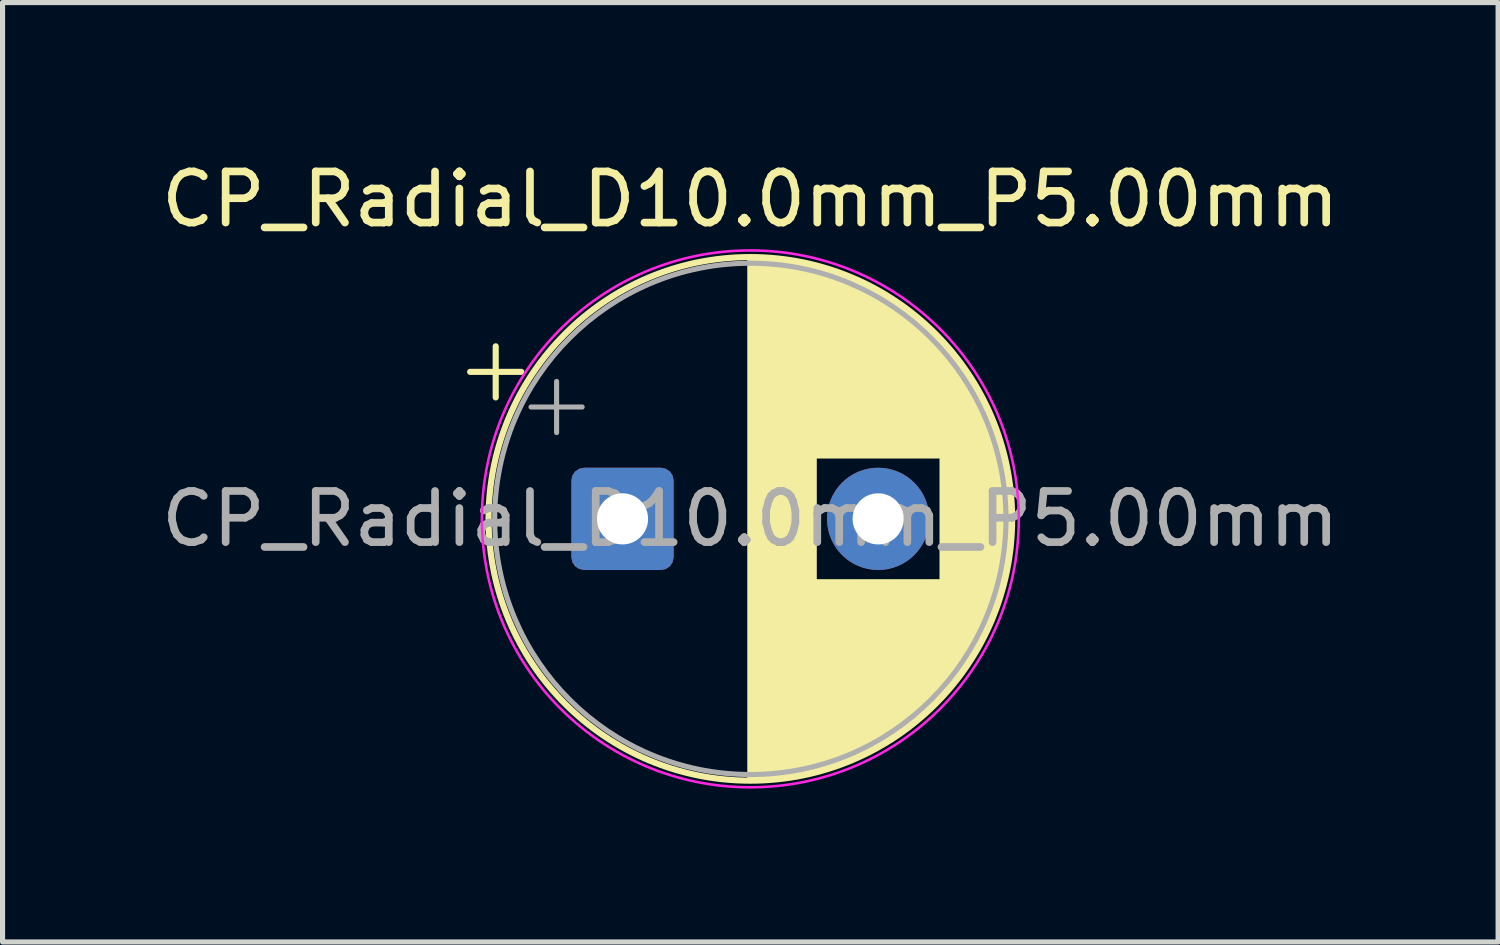
<source format=kicad_pcb>
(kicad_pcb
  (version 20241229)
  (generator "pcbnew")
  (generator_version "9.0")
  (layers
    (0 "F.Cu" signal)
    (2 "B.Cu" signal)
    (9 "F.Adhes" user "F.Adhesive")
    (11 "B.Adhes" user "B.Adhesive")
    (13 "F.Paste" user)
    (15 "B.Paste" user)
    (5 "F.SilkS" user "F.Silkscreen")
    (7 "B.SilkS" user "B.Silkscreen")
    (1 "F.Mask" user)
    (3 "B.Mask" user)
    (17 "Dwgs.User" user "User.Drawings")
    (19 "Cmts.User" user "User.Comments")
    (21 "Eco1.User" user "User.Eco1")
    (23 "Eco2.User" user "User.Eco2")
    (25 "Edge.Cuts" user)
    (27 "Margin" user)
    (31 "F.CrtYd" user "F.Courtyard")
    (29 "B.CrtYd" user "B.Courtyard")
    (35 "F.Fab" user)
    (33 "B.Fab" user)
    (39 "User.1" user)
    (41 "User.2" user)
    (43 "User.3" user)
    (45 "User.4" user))
  (footprint "CP_Radial_D10.0mm_P5.00mm"
    (layer "F.Cu")
    (at 9.125 7.098)
    (property "Reference" "CP_Radial_D10.0mm_P5.00mm" (at 2.5 -6.25 0) (layer "F.SilkS") (effects (font (size 1 1) (thickness 0.15))))
    (attr through_hole)
    (fp_line (start -2.98 -2.875) (end -1.98 -2.875) (stroke (width 0.12) (type solid)) (layer "F.SilkS"))
    (fp_line (start -2.48 -3.375) (end -2.48 -2.375) (stroke (width 0.12) (type solid)) (layer "F.SilkS"))
    (fp_line (start 2.5 -5.08) (end 2.5 5.08) (stroke (width 0.12) (type solid)) (layer "F.SilkS"))
    (fp_line (start 2.54 -5.08) (end 2.54 5.08) (stroke (width 0.12) (type solid)) (layer "F.SilkS"))
    (fp_line (start 2.58 -5.079) (end 2.58 5.079) (stroke (width 0.12) (type solid)) (layer "F.SilkS"))
    (fp_line (start 2.62 -5.079) (end 2.62 5.079) (stroke (width 0.12) (type solid)) (layer "F.SilkS"))
    (fp_line (start 2.66 -5.077) (end 2.66 5.077) (stroke (width 0.12) (type solid)) (layer "F.SilkS"))
    (fp_line (start 2.7 -5.076) (end 2.7 5.076) (stroke (width 0.12) (type solid)) (layer "F.SilkS"))
    (fp_line (start 2.74 -5.074) (end 2.74 5.074) (stroke (width 0.12) (type solid)) (layer "F.SilkS"))
    (fp_line (start 2.78 -5.072) (end 2.78 5.072) (stroke (width 0.12) (type solid)) (layer "F.SilkS"))
    (fp_line (start 2.82 -5.07) (end 2.82 5.07) (stroke (width 0.12) (type solid)) (layer "F.SilkS"))
    (fp_line (start 2.86 -5.067) (end 2.86 5.067) (stroke (width 0.12) (type solid)) (layer "F.SilkS"))
    (fp_line (start 2.9 -5.064) (end 2.9 5.064) (stroke (width 0.12) (type solid)) (layer "F.SilkS"))
    (fp_line (start 2.94 -5.061) (end 2.94 5.061) (stroke (width 0.12) (type solid)) (layer "F.SilkS"))
    (fp_line (start 2.98 -5.057) (end 2.98 5.057) (stroke (width 0.12) (type solid)) (layer "F.SilkS"))
    (fp_line (start 3.02 -5.054) (end 3.02 5.054) (stroke (width 0.12) (type solid)) (layer "F.SilkS"))
    (fp_line (start 3.06 -5.049) (end 3.06 5.049) (stroke (width 0.12) (type solid)) (layer "F.SilkS"))
    (fp_line (start 3.1 -5.045) (end 3.1 5.045) (stroke (width 0.12) (type solid)) (layer "F.SilkS"))
    (fp_line (start 3.14 -5.04) (end 3.14 5.04) (stroke (width 0.12) (type solid)) (layer "F.SilkS"))
    (fp_line (start 3.18 -5.035) (end 3.18 5.035) (stroke (width 0.12) (type solid)) (layer "F.SilkS"))
    (fp_line (start 3.22 -5.029) (end 3.22 5.029) (stroke (width 0.12) (type solid)) (layer "F.SilkS"))
    (fp_line (start 3.26 -5.023) (end 3.26 5.023) (stroke (width 0.12) (type solid)) (layer "F.SilkS"))
    (fp_line (start 3.3 -5.017) (end 3.3 5.017) (stroke (width 0.12) (type solid)) (layer "F.SilkS"))
    (fp_line (start 3.34 -5.011) (end 3.34 5.011) (stroke (width 0.12) (type solid)) (layer "F.SilkS"))
    (fp_line (start 3.38 -5.004) (end 3.38 5.004) (stroke (width 0.12) (type solid)) (layer "F.SilkS"))
    (fp_line (start 3.42 -4.997) (end 3.42 4.997) (stroke (width 0.12) (type solid)) (layer "F.SilkS"))
    (fp_line (start 3.46 -4.989) (end 3.46 4.989) (stroke (width 0.12) (type solid)) (layer "F.SilkS"))
    (fp_line (start 3.5 -4.981) (end 3.5 4.981) (stroke (width 0.12) (type solid)) (layer "F.SilkS"))
    (fp_line (start 3.54 -4.973) (end 3.54 4.973) (stroke (width 0.12) (type solid)) (layer "F.SilkS"))
    (fp_line (start 3.58 -4.965) (end 3.58 4.965) (stroke (width 0.12) (type solid)) (layer "F.SilkS"))
    (fp_line (start 3.62 -4.956) (end 3.62 4.956) (stroke (width 0.12) (type solid)) (layer "F.SilkS"))
    (fp_line (start 3.66 -4.947) (end 3.66 4.947) (stroke (width 0.12) (type solid)) (layer "F.SilkS"))
    (fp_line (start 3.7 -4.937) (end 3.7 4.937) (stroke (width 0.12) (type solid)) (layer "F.SilkS"))
    (fp_line (start 3.74 -4.928) (end 3.74 4.928) (stroke (width 0.12) (type solid)) (layer "F.SilkS"))
    (fp_line (start 3.78 -4.917) (end 3.78 -1.24) (stroke (width 0.12) (type solid)) (layer "F.SilkS"))
    (fp_line (start 3.78 1.24) (end 3.78 4.917) (stroke (width 0.12) (type solid)) (layer "F.SilkS"))
    (fp_line (start 3.82 -4.907) (end 3.82 -1.24) (stroke (width 0.12) (type solid)) (layer "F.SilkS"))
    (fp_line (start 3.82 1.24) (end 3.82 4.907) (stroke (width 0.12) (type solid)) (layer "F.SilkS"))
    (fp_line (start 3.86 -4.896) (end 3.86 -1.24) (stroke (width 0.12) (type solid)) (layer "F.SilkS"))
    (fp_line (start 3.86 1.24) (end 3.86 4.896) (stroke (width 0.12) (type solid)) (layer "F.SilkS"))
    (fp_line (start 3.9 -4.885) (end 3.9 -1.24) (stroke (width 0.12) (type solid)) (layer "F.SilkS"))
    (fp_line (start 3.9 1.24) (end 3.9 4.885) (stroke (width 0.12) (type solid)) (layer "F.SilkS"))
    (fp_line (start 3.94 -4.873) (end 3.94 -1.24) (stroke (width 0.12) (type solid)) (layer "F.SilkS"))
    (fp_line (start 3.94 1.24) (end 3.94 4.873) (stroke (width 0.12) (type solid)) (layer "F.SilkS"))
    (fp_line (start 3.98 -4.861) (end 3.98 -1.24) (stroke (width 0.12) (type solid)) (layer "F.SilkS"))
    (fp_line (start 3.98 1.24) (end 3.98 4.861) (stroke (width 0.12) (type solid)) (layer "F.SilkS"))
    (fp_line (start 4.02 -4.849) (end 4.02 -1.24) (stroke (width 0.12) (type solid)) (layer "F.SilkS"))
    (fp_line (start 4.02 1.24) (end 4.02 4.849) (stroke (width 0.12) (type solid)) (layer "F.SilkS"))
    (fp_line (start 4.06 -4.837) (end 4.06 -1.24) (stroke (width 0.12) (type solid)) (layer "F.SilkS"))
    (fp_line (start 4.06 1.24) (end 4.06 4.837) (stroke (width 0.12) (type solid)) (layer "F.SilkS"))
    (fp_line (start 4.1 -4.824) (end 4.1 -1.24) (stroke (width 0.12) (type solid)) (layer "F.SilkS"))
    (fp_line (start 4.1 1.24) (end 4.1 4.824) (stroke (width 0.12) (type solid)) (layer "F.SilkS"))
    (fp_line (start 4.14 -4.81) (end 4.14 -1.24) (stroke (width 0.12) (type solid)) (layer "F.SilkS"))
    (fp_line (start 4.14 1.24) (end 4.14 4.81) (stroke (width 0.12) (type solid)) (layer "F.SilkS"))
    (fp_line (start 4.18 -4.797) (end 4.18 -1.24) (stroke (width 0.12) (type solid)) (layer "F.SilkS"))
    (fp_line (start 4.18 1.24) (end 4.18 4.797) (stroke (width 0.12) (type solid)) (layer "F.SilkS"))
    (fp_line (start 4.22 -4.782) (end 4.22 -1.24) (stroke (width 0.12) (type solid)) (layer "F.SilkS"))
    (fp_line (start 4.22 1.24) (end 4.22 4.782) (stroke (width 0.12) (type solid)) (layer "F.SilkS"))
    (fp_line (start 4.26 -4.768) (end 4.26 -1.24) (stroke (width 0.12) (type solid)) (layer "F.SilkS"))
    (fp_line (start 4.26 1.24) (end 4.26 4.768) (stroke (width 0.12) (type solid)) (layer "F.SilkS"))
    (fp_line (start 4.3 -4.753) (end 4.3 -1.24) (stroke (width 0.12) (type solid)) (layer "F.SilkS"))
    (fp_line (start 4.3 1.24) (end 4.3 4.753) (stroke (width 0.12) (type solid)) (layer "F.SilkS"))
    (fp_line (start 4.34 -4.738) (end 4.34 -1.24) (stroke (width 0.12) (type solid)) (layer "F.SilkS"))
    (fp_line (start 4.34 1.24) (end 4.34 4.738) (stroke (width 0.12) (type solid)) (layer "F.SilkS"))
    (fp_line (start 4.38 -4.722) (end 4.38 -1.24) (stroke (width 0.12) (type solid)) (layer "F.SilkS"))
    (fp_line (start 4.38 1.24) (end 4.38 4.722) (stroke (width 0.12) (type solid)) (layer "F.SilkS"))
    (fp_line (start 4.42 -4.706) (end 4.42 -1.24) (stroke (width 0.12) (type solid)) (layer "F.SilkS"))
    (fp_line (start 4.42 1.24) (end 4.42 4.706) (stroke (width 0.12) (type solid)) (layer "F.SilkS"))
    (fp_line (start 4.46 -4.69) (end 4.46 -1.24) (stroke (width 0.12) (type solid)) (layer "F.SilkS"))
    (fp_line (start 4.46 1.24) (end 4.46 4.69) (stroke (width 0.12) (type solid)) (layer "F.SilkS"))
    (fp_line (start 4.5 -4.673) (end 4.5 -1.24) (stroke (width 0.12) (type solid)) (layer "F.SilkS"))
    (fp_line (start 4.5 1.24) (end 4.5 4.673) (stroke (width 0.12) (type solid)) (layer "F.SilkS"))
    (fp_line (start 4.54 -4.656) (end 4.54 -1.24) (stroke (width 0.12) (type solid)) (layer "F.SilkS"))
    (fp_line (start 4.54 1.24) (end 4.54 4.656) (stroke (width 0.12) (type solid)) (layer "F.SilkS"))
    (fp_line (start 4.58 -4.638) (end 4.58 -1.24) (stroke (width 0.12) (type solid)) (layer "F.SilkS"))
    (fp_line (start 4.58 1.24) (end 4.58 4.638) (stroke (width 0.12) (type solid)) (layer "F.SilkS"))
    (fp_line (start 4.62 -4.62) (end 4.62 -1.24) (stroke (width 0.12) (type solid)) (layer "F.SilkS"))
    (fp_line (start 4.62 1.24) (end 4.62 4.62) (stroke (width 0.12) (type solid)) (layer "F.SilkS"))
    (fp_line (start 4.66 -4.602) (end 4.66 -1.24) (stroke (width 0.12) (type solid)) (layer "F.SilkS"))
    (fp_line (start 4.66 1.24) (end 4.66 4.602) (stroke (width 0.12) (type solid)) (layer "F.SilkS"))
    (fp_line (start 4.7 -4.583) (end 4.7 -1.24) (stroke (width 0.12) (type solid)) (layer "F.SilkS"))
    (fp_line (start 4.7 1.24) (end 4.7 4.583) (stroke (width 0.12) (type solid)) (layer "F.SilkS"))
    (fp_line (start 4.74 -4.564) (end 4.74 -1.24) (stroke (width 0.12) (type solid)) (layer "F.SilkS"))
    (fp_line (start 4.74 1.24) (end 4.74 4.564) (stroke (width 0.12) (type solid)) (layer "F.SilkS"))
    (fp_line (start 4.78 -4.544) (end 4.78 -1.24) (stroke (width 0.12) (type solid)) (layer "F.SilkS"))
    (fp_line (start 4.78 1.24) (end 4.78 4.544) (stroke (width 0.12) (type solid)) (layer "F.SilkS"))
    (fp_line (start 4.82 -4.524) (end 4.82 -1.24) (stroke (width 0.12) (type solid)) (layer "F.SilkS"))
    (fp_line (start 4.82 1.24) (end 4.82 4.524) (stroke (width 0.12) (type solid)) (layer "F.SilkS"))
    (fp_line (start 4.86 -4.504) (end 4.86 -1.24) (stroke (width 0.12) (type solid)) (layer "F.SilkS"))
    (fp_line (start 4.86 1.24) (end 4.86 4.504) (stroke (width 0.12) (type solid)) (layer "F.SilkS"))
    (fp_line (start 4.9 -4.483) (end 4.9 -1.24) (stroke (width 0.12) (type solid)) (layer "F.SilkS"))
    (fp_line (start 4.9 1.24) (end 4.9 4.483) (stroke (width 0.12) (type solid)) (layer "F.SilkS"))
    (fp_line (start 4.94 -4.461) (end 4.94 -1.24) (stroke (width 0.12) (type solid)) (layer "F.SilkS"))
    (fp_line (start 4.94 1.24) (end 4.94 4.461) (stroke (width 0.12) (type solid)) (layer "F.SilkS"))
    (fp_line (start 4.98 -4.439) (end 4.98 -1.24) (stroke (width 0.12) (type solid)) (layer "F.SilkS"))
    (fp_line (start 4.98 1.24) (end 4.98 4.439) (stroke (width 0.12) (type solid)) (layer "F.SilkS"))
    (fp_line (start 5.02 -4.417) (end 5.02 -1.24) (stroke (width 0.12) (type solid)) (layer "F.SilkS"))
    (fp_line (start 5.02 1.24) (end 5.02 4.417) (stroke (width 0.12) (type solid)) (layer "F.SilkS"))
    (fp_line (start 5.06 -4.394) (end 5.06 -1.24) (stroke (width 0.12) (type solid)) (layer "F.SilkS"))
    (fp_line (start 5.06 1.24) (end 5.06 4.394) (stroke (width 0.12) (type solid)) (layer "F.SilkS"))
    (fp_line (start 5.1 -4.371) (end 5.1 -1.24) (stroke (width 0.12) (type solid)) (layer "F.SilkS"))
    (fp_line (start 5.1 1.24) (end 5.1 4.371) (stroke (width 0.12) (type solid)) (layer "F.SilkS"))
    (fp_line (start 5.14 -4.347) (end 5.14 -1.24) (stroke (width 0.12) (type solid)) (layer "F.SilkS"))
    (fp_line (start 5.14 1.24) (end 5.14 4.347) (stroke (width 0.12) (type solid)) (layer "F.SilkS"))
    (fp_line (start 5.18 -4.323) (end 5.18 -1.24) (stroke (width 0.12) (type solid)) (layer "F.SilkS"))
    (fp_line (start 5.18 1.24) (end 5.18 4.323) (stroke (width 0.12) (type solid)) (layer "F.SilkS"))
    (fp_line (start 5.22 -4.298) (end 5.22 -1.24) (stroke (width 0.12) (type solid)) (layer "F.SilkS"))
    (fp_line (start 5.22 1.24) (end 5.22 4.298) (stroke (width 0.12) (type solid)) (layer "F.SilkS"))
    (fp_line (start 5.26 -4.272) (end 5.26 -1.24) (stroke (width 0.12) (type solid)) (layer "F.SilkS"))
    (fp_line (start 5.26 1.24) (end 5.26 4.272) (stroke (width 0.12) (type solid)) (layer "F.SilkS"))
    (fp_line (start 5.3 -4.247) (end 5.3 -1.24) (stroke (width 0.12) (type solid)) (layer "F.SilkS"))
    (fp_line (start 5.3 1.24) (end 5.3 4.247) (stroke (width 0.12) (type solid)) (layer "F.SilkS"))
    (fp_line (start 5.34 -4.22) (end 5.34 -1.24) (stroke (width 0.12) (type solid)) (layer "F.SilkS"))
    (fp_line (start 5.34 1.24) (end 5.34 4.22) (stroke (width 0.12) (type solid)) (layer "F.SilkS"))
    (fp_line (start 5.38 -4.193) (end 5.38 -1.24) (stroke (width 0.12) (type solid)) (layer "F.SilkS"))
    (fp_line (start 5.38 1.24) (end 5.38 4.193) (stroke (width 0.12) (type solid)) (layer "F.SilkS"))
    (fp_line (start 5.42 -4.166) (end 5.42 -1.24) (stroke (width 0.12) (type solid)) (layer "F.SilkS"))
    (fp_line (start 5.42 1.24) (end 5.42 4.166) (stroke (width 0.12) (type solid)) (layer "F.SilkS"))
    (fp_line (start 5.46 -4.138) (end 5.46 -1.24) (stroke (width 0.12) (type solid)) (layer "F.SilkS"))
    (fp_line (start 5.46 1.24) (end 5.46 4.138) (stroke (width 0.12) (type solid)) (layer "F.SilkS"))
    (fp_line (start 5.5 -4.109) (end 5.5 -1.24) (stroke (width 0.12) (type solid)) (layer "F.SilkS"))
    (fp_line (start 5.5 1.24) (end 5.5 4.109) (stroke (width 0.12) (type solid)) (layer "F.SilkS"))
    (fp_line (start 5.54 -4.08) (end 5.54 -1.24) (stroke (width 0.12) (type solid)) (layer "F.SilkS"))
    (fp_line (start 5.54 1.24) (end 5.54 4.08) (stroke (width 0.12) (type solid)) (layer "F.SilkS"))
    (fp_line (start 5.58 -4.05) (end 5.58 -1.24) (stroke (width 0.12) (type solid)) (layer "F.SilkS"))
    (fp_line (start 5.58 1.24) (end 5.58 4.05) (stroke (width 0.12) (type solid)) (layer "F.SilkS"))
    (fp_line (start 5.62 -4.02) (end 5.62 -1.24) (stroke (width 0.12) (type solid)) (layer "F.SilkS"))
    (fp_line (start 5.62 1.24) (end 5.62 4.02) (stroke (width 0.12) (type solid)) (layer "F.SilkS"))
    (fp_line (start 5.66 -3.988) (end 5.66 -1.24) (stroke (width 0.12) (type solid)) (layer "F.SilkS"))
    (fp_line (start 5.66 1.24) (end 5.66 3.988) (stroke (width 0.12) (type solid)) (layer "F.SilkS"))
    (fp_line (start 5.7 -3.957) (end 5.7 -1.24) (stroke (width 0.12) (type solid)) (layer "F.SilkS"))
    (fp_line (start 5.7 1.24) (end 5.7 3.957) (stroke (width 0.12) (type solid)) (layer "F.SilkS"))
    (fp_line (start 5.74 -3.924) (end 5.74 -1.24) (stroke (width 0.12) (type solid)) (layer "F.SilkS"))
    (fp_line (start 5.74 1.24) (end 5.74 3.924) (stroke (width 0.12) (type solid)) (layer "F.SilkS"))
    (fp_line (start 5.78 -3.891) (end 5.78 -1.24) (stroke (width 0.12) (type solid)) (layer "F.SilkS"))
    (fp_line (start 5.78 1.24) (end 5.78 3.891) (stroke (width 0.12) (type solid)) (layer "F.SilkS"))
    (fp_line (start 5.82 -3.858) (end 5.82 -1.24) (stroke (width 0.12) (type solid)) (layer "F.SilkS"))
    (fp_line (start 5.82 1.24) (end 5.82 3.858) (stroke (width 0.12) (type solid)) (layer "F.SilkS"))
    (fp_line (start 5.86 -3.823) (end 5.86 -1.24) (stroke (width 0.12) (type solid)) (layer "F.SilkS"))
    (fp_line (start 5.86 1.24) (end 5.86 3.823) (stroke (width 0.12) (type solid)) (layer "F.SilkS"))
    (fp_line (start 5.9 -3.788) (end 5.9 -1.24) (stroke (width 0.12) (type solid)) (layer "F.SilkS"))
    (fp_line (start 5.9 1.24) (end 5.9 3.788) (stroke (width 0.12) (type solid)) (layer "F.SilkS"))
    (fp_line (start 5.94 -3.752) (end 5.94 -1.24) (stroke (width 0.12) (type solid)) (layer "F.SilkS"))
    (fp_line (start 5.94 1.24) (end 5.94 3.752) (stroke (width 0.12) (type solid)) (layer "F.SilkS"))
    (fp_line (start 5.98 -3.716) (end 5.98 -1.24) (stroke (width 0.12) (type solid)) (layer "F.SilkS"))
    (fp_line (start 5.98 1.24) (end 5.98 3.716) (stroke (width 0.12) (type solid)) (layer "F.SilkS"))
    (fp_line (start 6.02 -3.678) (end 6.02 -1.24) (stroke (width 0.12) (type solid)) (layer "F.SilkS"))
    (fp_line (start 6.02 1.24) (end 6.02 3.678) (stroke (width 0.12) (type solid)) (layer "F.SilkS"))
    (fp_line (start 6.06 -3.64) (end 6.06 -1.24) (stroke (width 0.12) (type solid)) (layer "F.SilkS"))
    (fp_line (start 6.06 1.24) (end 6.06 3.64) (stroke (width 0.12) (type solid)) (layer "F.SilkS"))
    (fp_line (start 6.1 -3.601) (end 6.1 -1.24) (stroke (width 0.12) (type solid)) (layer "F.SilkS"))
    (fp_line (start 6.1 1.24) (end 6.1 3.601) (stroke (width 0.12) (type solid)) (layer "F.SilkS"))
    (fp_line (start 6.14 -3.561) (end 6.14 -1.24) (stroke (width 0.12) (type solid)) (layer "F.SilkS"))
    (fp_line (start 6.14 1.24) (end 6.14 3.561) (stroke (width 0.12) (type solid)) (layer "F.SilkS"))
    (fp_line (start 6.18 -3.52) (end 6.18 -1.24) (stroke (width 0.12) (type solid)) (layer "F.SilkS"))
    (fp_line (start 6.18 1.24) (end 6.18 3.52) (stroke (width 0.12) (type solid)) (layer "F.SilkS"))
    (fp_line (start 6.22 -3.478) (end 6.22 -1.24) (stroke (width 0.12) (type solid)) (layer "F.SilkS"))
    (fp_line (start 6.22 1.24) (end 6.22 3.478) (stroke (width 0.12) (type solid)) (layer "F.SilkS"))
    (fp_line (start 6.26 -3.435) (end 6.26 3.435) (stroke (width 0.12) (type solid)) (layer "F.SilkS"))
    (fp_line (start 6.3 -3.391) (end 6.3 3.391) (stroke (width 0.12) (type solid)) (layer "F.SilkS"))
    (fp_line (start 6.34 -3.347) (end 6.34 3.347) (stroke (width 0.12) (type solid)) (layer "F.SilkS"))
    (fp_line (start 6.38 -3.301) (end 6.38 3.301) (stroke (width 0.12) (type solid)) (layer "F.SilkS"))
    (fp_line (start 6.42 -3.254) (end 6.42 3.254) (stroke (width 0.12) (type solid)) (layer "F.SilkS"))
    (fp_line (start 6.46 -3.205) (end 6.46 3.205) (stroke (width 0.12) (type solid)) (layer "F.SilkS"))
    (fp_line (start 6.5 -3.156) (end 6.5 3.156) (stroke (width 0.12) (type solid)) (layer "F.SilkS"))
    (fp_line (start 6.54 -3.105) (end 6.54 3.105) (stroke (width 0.12) (type solid)) (layer "F.SilkS"))
    (fp_line (start 6.58 -3.053) (end 6.58 3.053) (stroke (width 0.12) (type solid)) (layer "F.SilkS"))
    (fp_line (start 6.62 -3) (end 6.62 3) (stroke (width 0.12) (type solid)) (layer "F.SilkS"))
    (fp_line (start 6.66 -2.945) (end 6.66 2.945) (stroke (width 0.12) (type solid)) (layer "F.SilkS"))
    (fp_line (start 6.7 -2.888) (end 6.7 2.888) (stroke (width 0.12) (type solid)) (layer "F.SilkS"))
    (fp_line (start 6.74 -2.83) (end 6.74 2.83) (stroke (width 0.12) (type solid)) (layer "F.SilkS"))
    (fp_line (start 6.78 -2.77) (end 6.78 2.77) (stroke (width 0.12) (type solid)) (layer "F.SilkS"))
    (fp_line (start 6.82 -2.708) (end 6.82 2.708) (stroke (width 0.12) (type solid)) (layer "F.SilkS"))
    (fp_line (start 6.86 -2.644) (end 6.86 2.644) (stroke (width 0.12) (type solid)) (layer "F.SilkS"))
    (fp_line (start 6.9 -2.578) (end 6.9 2.578) (stroke (width 0.12) (type solid)) (layer "F.SilkS"))
    (fp_line (start 6.94 -2.51) (end 6.94 2.51) (stroke (width 0.12) (type solid)) (layer "F.SilkS"))
    (fp_line (start 6.98 -2.439) (end 6.98 2.439) (stroke (width 0.12) (type solid)) (layer "F.SilkS"))
    (fp_line (start 7.02 -2.365) (end 7.02 2.365) (stroke (width 0.12) (type solid)) (layer "F.SilkS"))
    (fp_line (start 7.06 -2.288) (end 7.06 2.288) (stroke (width 0.12) (type solid)) (layer "F.SilkS"))
    (fp_line (start 7.1 -2.208) (end 7.1 2.208) (stroke (width 0.12) (type solid)) (layer "F.SilkS"))
    (fp_line (start 7.14 -2.124) (end 7.14 2.124) (stroke (width 0.12) (type solid)) (layer "F.SilkS"))
    (fp_line (start 7.18 -2.037) (end 7.18 2.037) (stroke (width 0.12) (type solid)) (layer "F.SilkS"))
    (fp_line (start 7.22 -1.944) (end 7.22 1.944) (stroke (width 0.12) (type solid)) (layer "F.SilkS"))
    (fp_line (start 7.26 -1.846) (end 7.26 1.846) (stroke (width 0.12) (type solid)) (layer "F.SilkS"))
    (fp_line (start 7.3 -1.742) (end 7.3 1.742) (stroke (width 0.12) (type solid)) (layer "F.SilkS"))
    (fp_line (start 7.34 -1.63) (end 7.34 1.63) (stroke (width 0.12) (type solid)) (layer "F.SilkS"))
    (fp_line (start 7.38 -1.509) (end 7.38 1.509) (stroke (width 0.12) (type solid)) (layer "F.SilkS"))
    (fp_line (start 7.42 -1.377) (end 7.42 1.377) (stroke (width 0.12) (type solid)) (layer "F.SilkS"))
    (fp_line (start 7.46 -1.23) (end 7.46 1.23) (stroke (width 0.12) (type solid)) (layer "F.SilkS"))
    (fp_line (start 7.5 -1.062) (end 7.5 1.062) (stroke (width 0.12) (type solid)) (layer "F.SilkS"))
    (fp_line (start 7.54 -0.862) (end 7.54 0.862) (stroke (width 0.12) (type solid)) (layer "F.SilkS"))
    (fp_line (start 7.58 -0.599) (end 7.58 0.599) (stroke (width 0.12) (type solid)) (layer "F.SilkS"))
    (fp_circle (center 2.5 0) (end 7.62 0) (stroke (width 0.12) (type solid)) (fill no) (layer "F.SilkS"))
    (fp_circle (center 2.5 0) (end 7.75 0) (stroke (width 0.05) (type solid)) (fill no) (layer "F.CrtYd"))
    (fp_line (start -1.789 -2.188) (end -0.789 -2.188) (stroke (width 0.1) (type solid)) (layer "F.Fab"))
    (fp_line (start -1.289 -2.688) (end -1.289 -1.688) (stroke (width 0.1) (type solid)) (layer "F.Fab"))
    (fp_circle (center 2.5 0) (end 7.5 0) (stroke (width 0.1) (type solid)) (fill no) (layer "F.Fab"))
    (fp_text user "${REFERENCE}" (at 2.5 0 0) (layer "F.Fab") (effects (font (size 1 1) (thickness 0.15))))
    (pad "1" thru_hole roundrect (at 0 0) (size 2 2) (drill 1) (layers "*.Cu" "*.Mask") (roundrect_rratio 0.125))
    (pad "2" thru_hole circle (at 5 0) (size 2 2) (drill 1) (layers "*.Cu" "*.Mask")))
  (gr_rect
    (start -3 -3)
    (end 26.25 15.373)
    (stroke (width 0.1) (type default))
    (fill no)
    (layer "Edge.Cuts")))
</source>
